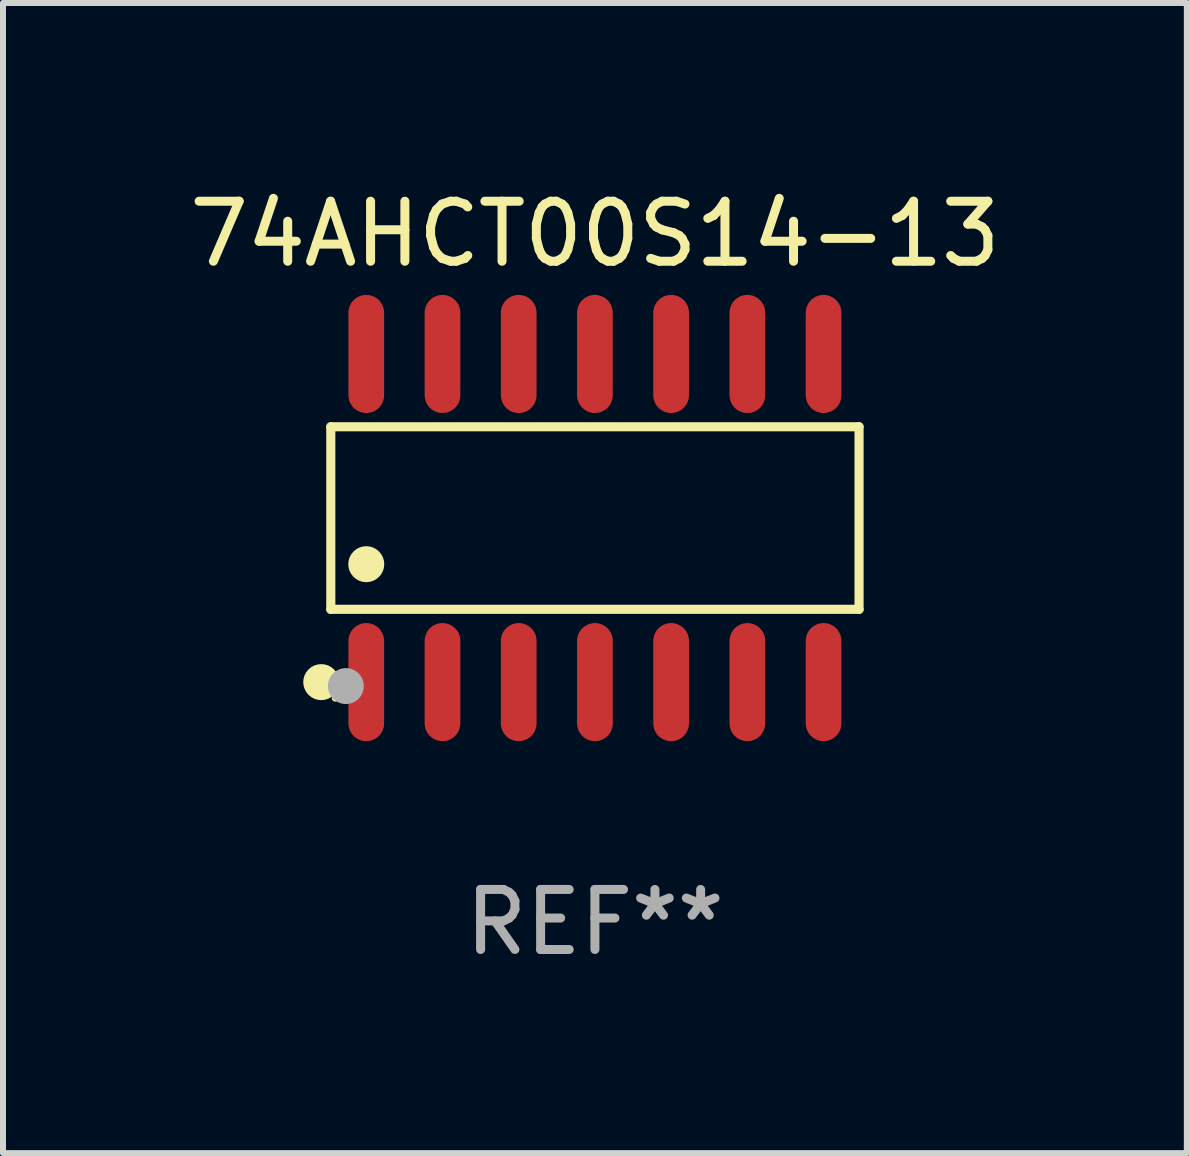
<source format=kicad_pcb>
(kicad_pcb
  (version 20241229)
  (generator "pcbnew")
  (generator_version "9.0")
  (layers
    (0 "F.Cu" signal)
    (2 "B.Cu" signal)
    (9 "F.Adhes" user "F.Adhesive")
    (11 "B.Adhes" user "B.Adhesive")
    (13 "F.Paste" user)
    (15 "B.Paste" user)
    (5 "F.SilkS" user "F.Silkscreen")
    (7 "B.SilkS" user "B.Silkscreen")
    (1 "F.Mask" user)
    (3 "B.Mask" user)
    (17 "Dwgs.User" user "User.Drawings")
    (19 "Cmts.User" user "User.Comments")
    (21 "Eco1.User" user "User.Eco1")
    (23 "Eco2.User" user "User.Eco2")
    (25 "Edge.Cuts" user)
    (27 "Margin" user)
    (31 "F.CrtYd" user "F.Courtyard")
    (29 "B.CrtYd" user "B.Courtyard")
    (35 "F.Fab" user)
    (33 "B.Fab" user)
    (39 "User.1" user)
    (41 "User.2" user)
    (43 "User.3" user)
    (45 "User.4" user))
  (footprint "74AHCT00S14-13"
    (layer "F.Cu")
    (at 6.863 5.582)
    (property "Reference" "74AHCT00S14-13" (at 0 -4.734 0) (layer "F.SilkS") (effects (font (size 1 1) (thickness 0.15))))
    (attr through_hole)
    (fp_line (start -4.401 -1.521) (end 4.401 -1.521) (stroke (width 0.152) (type solid)) (layer "F.SilkS"))
    (fp_line (start -4.401 1.521) (end -4.401 -1.521) (stroke (width 0.152) (type solid)) (layer "F.SilkS"))
    (fp_line (start 4.401 -1.521) (end 4.401 1.521) (stroke (width 0.152) (type solid)) (layer "F.SilkS"))
    (fp_line (start 4.401 1.521) (end -4.401 1.521) (stroke (width 0.152) (type solid)) (layer "F.SilkS"))
    (fp_circle (center -4.56 2.734) (end -4.41 2.734) (stroke (width 0.3) (type solid)) (fill no) (layer "F.SilkS"))
    (fp_circle (center -4.325 3) (end -4.295 3) (stroke (width 0.06) (type solid)) (fill no) (layer "F.SilkS"))
    (fp_circle (center -3.81 0.769) (end -3.66 0.769) (stroke (width 0.3) (type solid)) (fill no) (layer "F.SilkS"))
    (fp_circle (center -4.15 2.8) (end -4 2.8) (stroke (width 0.3) (type solid)) (fill no) (layer "F.Fab"))
    (fp_text user "REF**" (at 0 6.734 0) (layer "F.Fab") (effects (font (size 1 1) (thickness 0.15))))
    (pad "1" smd oval (at -3.81 2.734) (size 0.595 1.968) (layers "F.Cu" "F.Mask" "F.Paste"))
    (pad "2" smd oval (at -2.54 2.734) (size 0.595 1.968) (layers "F.Cu" "F.Mask" "F.Paste"))
    (pad "3" smd oval (at -1.27 2.734) (size 0.595 1.968) (layers "F.Cu" "F.Mask" "F.Paste"))
    (pad "4" smd oval (at 0 2.734) (size 0.595 1.968) (layers "F.Cu" "F.Mask" "F.Paste"))
    (pad "5" smd oval (at 1.27 2.734) (size 0.595 1.968) (layers "F.Cu" "F.Mask" "F.Paste"))
    (pad "6" smd oval (at 2.54 2.734) (size 0.595 1.968) (layers "F.Cu" "F.Mask" "F.Paste"))
    (pad "7" smd oval (at 3.81 2.734) (size 0.595 1.968) (layers "F.Cu" "F.Mask" "F.Paste"))
    (pad "8" smd oval (at 3.81 -2.734) (size 0.595 1.968) (layers "F.Cu" "F.Mask" "F.Paste"))
    (pad "9" smd oval (at 2.54 -2.734) (size 0.595 1.968) (layers "F.Cu" "F.Mask" "F.Paste"))
    (pad "10" smd oval (at 1.27 -2.734) (size 0.595 1.968) (layers "F.Cu" "F.Mask" "F.Paste"))
    (pad "11" smd oval (at 0 -2.734) (size 0.595 1.968) (layers "F.Cu" "F.Mask" "F.Paste"))
    (pad "12" smd oval (at -1.27 -2.734) (size 0.595 1.968) (layers "F.Cu" "F.Mask" "F.Paste"))
    (pad "13" smd oval (at -2.54 -2.734) (size 0.595 1.968) (layers "F.Cu" "F.Mask" "F.Paste"))
    (pad "14" smd oval (at -3.81 -2.734) (size 0.595 1.968) (layers "F.Cu" "F.Mask" "F.Paste")))
  (gr_rect
    (start -3 -3)
    (end 16.726 16.164)
    (stroke (width 0.1) (type default))
    (fill no)
    (layer "Edge.Cuts")))
</source>
